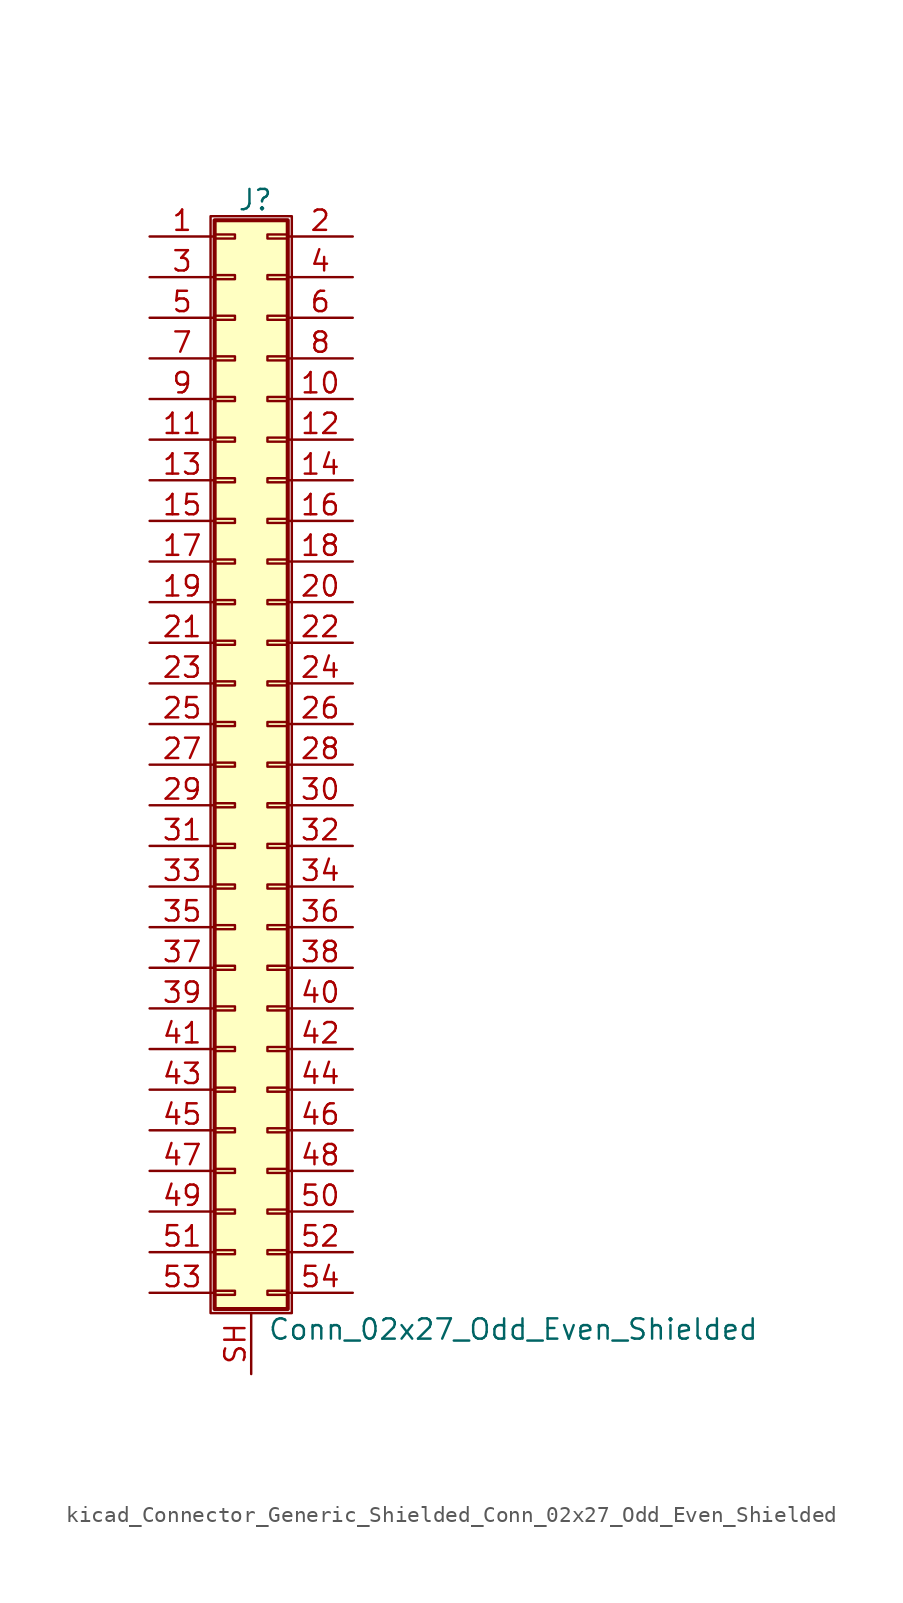
<source format=kicad_sym>
(kicad_symbol_lib
  (version 20220914)
  (generator kicad_symbol_editor)
  (symbol "kicad_Connector_Generic_Shielded_Conn_02x27_Odd_Even_Shielded"
    (pin_names
      (offset 1.016) hide)
    (property "Reference" "J"
      (at 1.524 35.306 0)
      (effects (font (size 1.27 1.27))))
    (property "Value" "Conn_02x27_Odd_Even_Shielded"
      (at 2.286 -35.306 0)
      (effects (font (size 1.27 1.27)) (justify left)))
    (symbol "kicad_Connector_Generic_Shielded_Conn_02x27_Odd_Even_Shielded_1_1"
      (rectangle (start -1.27 34.29) (end 3.81 -34.29) (stroke (width 0.152) (type default)) (fill (type none)))
      (rectangle (start -1.016 -32.893) (end 0.254 -33.147) (stroke (width 0.152) (type default)) (fill (type none)))
      (rectangle (start -1.016 -30.353) (end 0.254 -30.607) (stroke (width 0.152) (type default)) (fill (type none)))
      (rectangle (start -1.016 -27.813) (end 0.254 -28.067) (stroke (width 0.152) (type default)) (fill (type none)))
      (rectangle (start -1.016 -25.273) (end 0.254 -25.527) (stroke (width 0.152) (type default)) (fill (type none)))
      (rectangle (start -1.016 -22.733) (end 0.254 -22.987) (stroke (width 0.152) (type default)) (fill (type none)))
      (rectangle (start -1.016 -20.193) (end 0.254 -20.447) (stroke (width 0.152) (type default)) (fill (type none)))
      (rectangle (start -1.016 -17.653) (end 0.254 -17.907) (stroke (width 0.152) (type default)) (fill (type none)))
      (rectangle (start -1.016 -15.113) (end 0.254 -15.367) (stroke (width 0.152) (type default)) (fill (type none)))
      (rectangle (start -1.016 -12.573) (end 0.254 -12.827) (stroke (width 0.152) (type default)) (fill (type none)))
      (rectangle (start -1.016 -10.033) (end 0.254 -10.287) (stroke (width 0.152) (type default)) (fill (type none)))
      (rectangle (start -1.016 -7.493) (end 0.254 -7.747) (stroke (width 0.152) (type default)) (fill (type none)))
      (rectangle (start -1.016 -4.953) (end 0.254 -5.207) (stroke (width 0.152) (type default)) (fill (type none)))
      (rectangle (start -1.016 -2.413) (end 0.254 -2.667) (stroke (width 0.152) (type default)) (fill (type none)))
      (rectangle (start -1.016 0.127) (end 0.254 -0.127) (stroke (width 0.152) (type default)) (fill (type none)))
      (rectangle (start -1.016 2.667) (end 0.254 2.413) (stroke (width 0.152) (type default)) (fill (type none)))
      (rectangle (start -1.016 5.207) (end 0.254 4.953) (stroke (width 0.152) (type default)) (fill (type none)))
      (rectangle (start -1.016 7.747) (end 0.254 7.493) (stroke (width 0.152) (type default)) (fill (type none)))
      (rectangle (start -1.016 10.287) (end 0.254 10.033) (stroke (width 0.152) (type default)) (fill (type none)))
      (rectangle (start -1.016 12.827) (end 0.254 12.573) (stroke (width 0.152) (type default)) (fill (type none)))
      (rectangle (start -1.016 15.367) (end 0.254 15.113) (stroke (width 0.152) (type default)) (fill (type none)))
      (rectangle (start -1.016 17.907) (end 0.254 17.653) (stroke (width 0.152) (type default)) (fill (type none)))
      (rectangle (start -1.016 20.447) (end 0.254 20.193) (stroke (width 0.152) (type default)) (fill (type none)))
      (rectangle (start -1.016 22.987) (end 0.254 22.733) (stroke (width 0.152) (type default)) (fill (type none)))
      (rectangle (start -1.016 25.527) (end 0.254 25.273) (stroke (width 0.152) (type default)) (fill (type none)))
      (rectangle (start -1.016 28.067) (end 0.254 27.813) (stroke (width 0.152) (type default)) (fill (type none)))
      (rectangle (start -1.016 30.607) (end 0.254 30.353) (stroke (width 0.152) (type default)) (fill (type none)))
      (rectangle (start -1.016 33.147) (end 0.254 32.893) (stroke (width 0.152) (type default)) (fill (type none)))
      (rectangle (start -1.016 34.036) (end 3.556 -34.036) (stroke (width 0.254) (type default)) (fill (type background)))
      (rectangle (start 3.556 -32.893) (end 2.286 -33.147) (stroke (width 0.152) (type default)) (fill (type none)))
      (rectangle (start 3.556 -30.353) (end 2.286 -30.607) (stroke (width 0.152) (type default)) (fill (type none)))
      (rectangle (start 3.556 -27.813) (end 2.286 -28.067) (stroke (width 0.152) (type default)) (fill (type none)))
      (rectangle (start 3.556 -25.273) (end 2.286 -25.527) (stroke (width 0.152) (type default)) (fill (type none)))
      (rectangle (start 3.556 -22.733) (end 2.286 -22.987) (stroke (width 0.152) (type default)) (fill (type none)))
      (rectangle (start 3.556 -20.193) (end 2.286 -20.447) (stroke (width 0.152) (type default)) (fill (type none)))
      (rectangle (start 3.556 -17.653) (end 2.286 -17.907) (stroke (width 0.152) (type default)) (fill (type none)))
      (rectangle (start 3.556 -15.113) (end 2.286 -15.367) (stroke (width 0.152) (type default)) (fill (type none)))
      (rectangle (start 3.556 -12.573) (end 2.286 -12.827) (stroke (width 0.152) (type default)) (fill (type none)))
      (rectangle (start 3.556 -10.033) (end 2.286 -10.287) (stroke (width 0.152) (type default)) (fill (type none)))
      (rectangle (start 3.556 -7.493) (end 2.286 -7.747) (stroke (width 0.152) (type default)) (fill (type none)))
      (rectangle (start 3.556 -4.953) (end 2.286 -5.207) (stroke (width 0.152) (type default)) (fill (type none)))
      (rectangle (start 3.556 -2.413) (end 2.286 -2.667) (stroke (width 0.152) (type default)) (fill (type none)))
      (rectangle (start 3.556 0.127) (end 2.286 -0.127) (stroke (width 0.152) (type default)) (fill (type none)))
      (rectangle (start 3.556 2.667) (end 2.286 2.413) (stroke (width 0.152) (type default)) (fill (type none)))
      (rectangle (start 3.556 5.207) (end 2.286 4.953) (stroke (width 0.152) (type default)) (fill (type none)))
      (rectangle (start 3.556 7.747) (end 2.286 7.493) (stroke (width 0.152) (type default)) (fill (type none)))
      (rectangle (start 3.556 10.287) (end 2.286 10.033) (stroke (width 0.152) (type default)) (fill (type none)))
      (rectangle (start 3.556 12.827) (end 2.286 12.573) (stroke (width 0.152) (type default)) (fill (type none)))
      (rectangle (start 3.556 15.367) (end 2.286 15.113) (stroke (width 0.152) (type default)) (fill (type none)))
      (rectangle (start 3.556 17.907) (end 2.286 17.653) (stroke (width 0.152) (type default)) (fill (type none)))
      (rectangle (start 3.556 20.447) (end 2.286 20.193) (stroke (width 0.152) (type default)) (fill (type none)))
      (rectangle (start 3.556 22.987) (end 2.286 22.733) (stroke (width 0.152) (type default)) (fill (type none)))
      (rectangle (start 3.556 25.527) (end 2.286 25.273) (stroke (width 0.152) (type default)) (fill (type none)))
      (rectangle (start 3.556 28.067) (end 2.286 27.813) (stroke (width 0.152) (type default)) (fill (type none)))
      (rectangle (start 3.556 30.607) (end 2.286 30.353) (stroke (width 0.152) (type default)) (fill (type none)))
      (rectangle (start 3.556 33.147) (end 2.286 32.893) (stroke (width 0.152) (type default)) (fill (type none)))
      (pin passive line (at -5.08 33.02 0) (length 4.064) (name "Pin_1" (effects (font (size 1.27 1.27)))) (number "1" (effects (font (size 1.27 1.27)))))
      (pin passive line (at 7.62 22.86 180) (length 4.064) (name "Pin_10" (effects (font (size 1.27 1.27)))) (number "10" (effects (font (size 1.27 1.27)))))
      (pin passive line (at -5.08 20.32 0) (length 4.064) (name "Pin_11" (effects (font (size 1.27 1.27)))) (number "11" (effects (font (size 1.27 1.27)))))
      (pin passive line (at 7.62 20.32 180) (length 4.064) (name "Pin_12" (effects (font (size 1.27 1.27)))) (number "12" (effects (font (size 1.27 1.27)))))
      (pin passive line (at -5.08 17.78 0) (length 4.064) (name "Pin_13" (effects (font (size 1.27 1.27)))) (number "13" (effects (font (size 1.27 1.27)))))
      (pin passive line (at 7.62 17.78 180) (length 4.064) (name "Pin_14" (effects (font (size 1.27 1.27)))) (number "14" (effects (font (size 1.27 1.27)))))
      (pin passive line (at -5.08 15.24 0) (length 4.064) (name "Pin_15" (effects (font (size 1.27 1.27)))) (number "15" (effects (font (size 1.27 1.27)))))
      (pin passive line (at 7.62 15.24 180) (length 4.064) (name "Pin_16" (effects (font (size 1.27 1.27)))) (number "16" (effects (font (size 1.27 1.27)))))
      (pin passive line (at -5.08 12.7 0) (length 4.064) (name "Pin_17" (effects (font (size 1.27 1.27)))) (number "17" (effects (font (size 1.27 1.27)))))
      (pin passive line (at 7.62 12.7 180) (length 4.064) (name "Pin_18" (effects (font (size 1.27 1.27)))) (number "18" (effects (font (size 1.27 1.27)))))
      (pin passive line (at -5.08 10.16 0) (length 4.064) (name "Pin_19" (effects (font (size 1.27 1.27)))) (number "19" (effects (font (size 1.27 1.27)))))
      (pin passive line (at 7.62 33.02 180) (length 4.064) (name "Pin_2" (effects (font (size 1.27 1.27)))) (number "2" (effects (font (size 1.27 1.27)))))
      (pin passive line (at 7.62 10.16 180) (length 4.064) (name "Pin_20" (effects (font (size 1.27 1.27)))) (number "20" (effects (font (size 1.27 1.27)))))
      (pin passive line (at -5.08 7.62 0) (length 4.064) (name "Pin_21" (effects (font (size 1.27 1.27)))) (number "21" (effects (font (size 1.27 1.27)))))
      (pin passive line (at 7.62 7.62 180) (length 4.064) (name "Pin_22" (effects (font (size 1.27 1.27)))) (number "22" (effects (font (size 1.27 1.27)))))
      (pin passive line (at -5.08 5.08 0) (length 4.064) (name "Pin_23" (effects (font (size 1.27 1.27)))) (number "23" (effects (font (size 1.27 1.27)))))
      (pin passive line (at 7.62 5.08 180) (length 4.064) (name "Pin_24" (effects (font (size 1.27 1.27)))) (number "24" (effects (font (size 1.27 1.27)))))
      (pin passive line (at -5.08 2.54 0) (length 4.064) (name "Pin_25" (effects (font (size 1.27 1.27)))) (number "25" (effects (font (size 1.27 1.27)))))
      (pin passive line (at 7.62 2.54 180) (length 4.064) (name "Pin_26" (effects (font (size 1.27 1.27)))) (number "26" (effects (font (size 1.27 1.27)))))
      (pin passive line (at -5.08 0 0) (length 4.064) (name "Pin_27" (effects (font (size 1.27 1.27)))) (number "27" (effects (font (size 1.27 1.27)))))
      (pin passive line (at 7.62 0 180) (length 4.064) (name "Pin_28" (effects (font (size 1.27 1.27)))) (number "28" (effects (font (size 1.27 1.27)))))
      (pin passive line (at -5.08 -2.54 0) (length 4.064) (name "Pin_29" (effects (font (size 1.27 1.27)))) (number "29" (effects (font (size 1.27 1.27)))))
      (pin passive line (at -5.08 30.48 0) (length 4.064) (name "Pin_3" (effects (font (size 1.27 1.27)))) (number "3" (effects (font (size 1.27 1.27)))))
      (pin passive line (at 7.62 -2.54 180) (length 4.064) (name "Pin_30" (effects (font (size 1.27 1.27)))) (number "30" (effects (font (size 1.27 1.27)))))
      (pin passive line (at -5.08 -5.08 0) (length 4.064) (name "Pin_31" (effects (font (size 1.27 1.27)))) (number "31" (effects (font (size 1.27 1.27)))))
      (pin passive line (at 7.62 -5.08 180) (length 4.064) (name "Pin_32" (effects (font (size 1.27 1.27)))) (number "32" (effects (font (size 1.27 1.27)))))
      (pin passive line (at -5.08 -7.62 0) (length 4.064) (name "Pin_33" (effects (font (size 1.27 1.27)))) (number "33" (effects (font (size 1.27 1.27)))))
      (pin passive line (at 7.62 -7.62 180) (length 4.064) (name "Pin_34" (effects (font (size 1.27 1.27)))) (number "34" (effects (font (size 1.27 1.27)))))
      (pin passive line (at -5.08 -10.16 0) (length 4.064) (name "Pin_35" (effects (font (size 1.27 1.27)))) (number "35" (effects (font (size 1.27 1.27)))))
      (pin passive line (at 7.62 -10.16 180) (length 4.064) (name "Pin_36" (effects (font (size 1.27 1.27)))) (number "36" (effects (font (size 1.27 1.27)))))
      (pin passive line (at -5.08 -12.7 0) (length 4.064) (name "Pin_37" (effects (font (size 1.27 1.27)))) (number "37" (effects (font (size 1.27 1.27)))))
      (pin passive line (at 7.62 -12.7 180) (length 4.064) (name "Pin_38" (effects (font (size 1.27 1.27)))) (number "38" (effects (font (size 1.27 1.27)))))
      (pin passive line (at -5.08 -15.24 0) (length 4.064) (name "Pin_39" (effects (font (size 1.27 1.27)))) (number "39" (effects (font (size 1.27 1.27)))))
      (pin passive line (at 7.62 30.48 180) (length 4.064) (name "Pin_4" (effects (font (size 1.27 1.27)))) (number "4" (effects (font (size 1.27 1.27)))))
      (pin passive line (at 7.62 -15.24 180) (length 4.064) (name "Pin_40" (effects (font (size 1.27 1.27)))) (number "40" (effects (font (size 1.27 1.27)))))
      (pin passive line (at -5.08 -17.78 0) (length 4.064) (name "Pin_41" (effects (font (size 1.27 1.27)))) (number "41" (effects (font (size 1.27 1.27)))))
      (pin passive line (at 7.62 -17.78 180) (length 4.064) (name "Pin_42" (effects (font (size 1.27 1.27)))) (number "42" (effects (font (size 1.27 1.27)))))
      (pin passive line (at -5.08 -20.32 0) (length 4.064) (name "Pin_43" (effects (font (size 1.27 1.27)))) (number "43" (effects (font (size 1.27 1.27)))))
      (pin passive line (at 7.62 -20.32 180) (length 4.064) (name "Pin_44" (effects (font (size 1.27 1.27)))) (number "44" (effects (font (size 1.27 1.27)))))
      (pin passive line (at -5.08 -22.86 0) (length 4.064) (name "Pin_45" (effects (font (size 1.27 1.27)))) (number "45" (effects (font (size 1.27 1.27)))))
      (pin passive line (at 7.62 -22.86 180) (length 4.064) (name "Pin_46" (effects (font (size 1.27 1.27)))) (number "46" (effects (font (size 1.27 1.27)))))
      (pin passive line (at -5.08 -25.4 0) (length 4.064) (name "Pin_47" (effects (font (size 1.27 1.27)))) (number "47" (effects (font (size 1.27 1.27)))))
      (pin passive line (at 7.62 -25.4 180) (length 4.064) (name "Pin_48" (effects (font (size 1.27 1.27)))) (number "48" (effects (font (size 1.27 1.27)))))
      (pin passive line (at -5.08 -27.94 0) (length 4.064) (name "Pin_49" (effects (font (size 1.27 1.27)))) (number "49" (effects (font (size 1.27 1.27)))))
      (pin passive line (at -5.08 27.94 0) (length 4.064) (name "Pin_5" (effects (font (size 1.27 1.27)))) (number "5" (effects (font (size 1.27 1.27)))))
      (pin passive line (at 7.62 -27.94 180) (length 4.064) (name "Pin_50" (effects (font (size 1.27 1.27)))) (number "50" (effects (font (size 1.27 1.27)))))
      (pin passive line (at -5.08 -30.48 0) (length 4.064) (name "Pin_51" (effects (font (size 1.27 1.27)))) (number "51" (effects (font (size 1.27 1.27)))))
      (pin passive line (at 7.62 -30.48 180) (length 4.064) (name "Pin_52" (effects (font (size 1.27 1.27)))) (number "52" (effects (font (size 1.27 1.27)))))
      (pin passive line (at -5.08 -33.02 0) (length 4.064) (name "Pin_53" (effects (font (size 1.27 1.27)))) (number "53" (effects (font (size 1.27 1.27)))))
      (pin passive line (at 7.62 -33.02 180) (length 4.064) (name "Pin_54" (effects (font (size 1.27 1.27)))) (number "54" (effects (font (size 1.27 1.27)))))
      (pin passive line (at 7.62 27.94 180) (length 4.064) (name "Pin_6" (effects (font (size 1.27 1.27)))) (number "6" (effects (font (size 1.27 1.27)))))
      (pin passive line (at -5.08 25.4 0) (length 4.064) (name "Pin_7" (effects (font (size 1.27 1.27)))) (number "7" (effects (font (size 1.27 1.27)))))
      (pin passive line (at 7.62 25.4 180) (length 4.064) (name "Pin_8" (effects (font (size 1.27 1.27)))) (number "8" (effects (font (size 1.27 1.27)))))
      (pin passive line (at -5.08 22.86 0) (length 4.064) (name "Pin_9" (effects (font (size 1.27 1.27)))) (number "9" (effects (font (size 1.27 1.27)))))
      (pin passive line (at 1.27 -38.1 90) (length 3.81) (name "Shield" (effects (font (size 1.27 1.27)))) (number "SH" (effects (font (size 1.27 1.27))))))))
</source>
